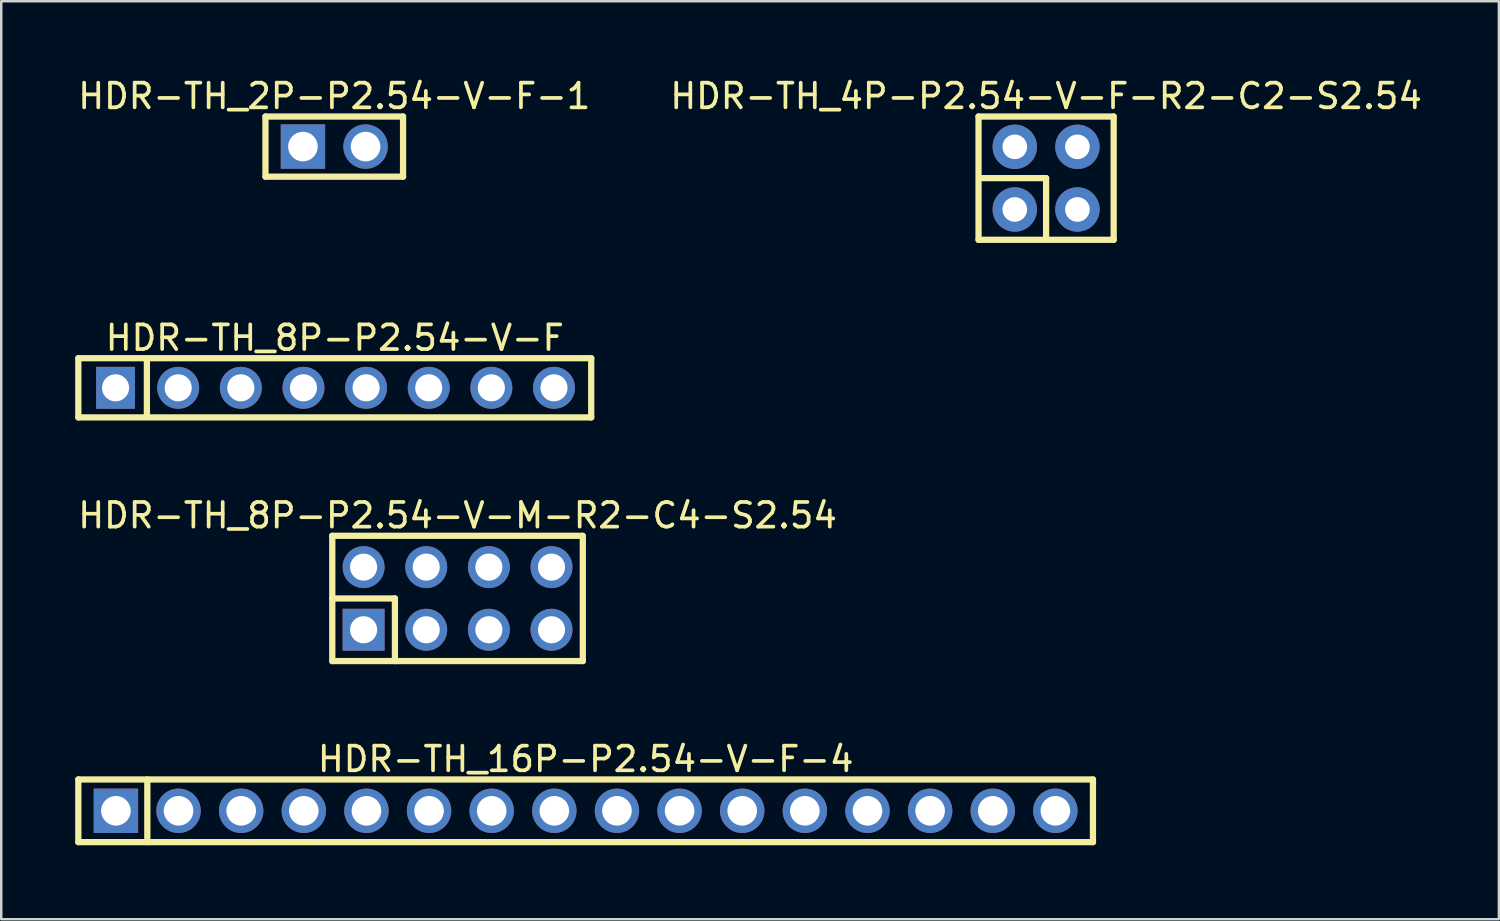
<source format=kicad_pcb>
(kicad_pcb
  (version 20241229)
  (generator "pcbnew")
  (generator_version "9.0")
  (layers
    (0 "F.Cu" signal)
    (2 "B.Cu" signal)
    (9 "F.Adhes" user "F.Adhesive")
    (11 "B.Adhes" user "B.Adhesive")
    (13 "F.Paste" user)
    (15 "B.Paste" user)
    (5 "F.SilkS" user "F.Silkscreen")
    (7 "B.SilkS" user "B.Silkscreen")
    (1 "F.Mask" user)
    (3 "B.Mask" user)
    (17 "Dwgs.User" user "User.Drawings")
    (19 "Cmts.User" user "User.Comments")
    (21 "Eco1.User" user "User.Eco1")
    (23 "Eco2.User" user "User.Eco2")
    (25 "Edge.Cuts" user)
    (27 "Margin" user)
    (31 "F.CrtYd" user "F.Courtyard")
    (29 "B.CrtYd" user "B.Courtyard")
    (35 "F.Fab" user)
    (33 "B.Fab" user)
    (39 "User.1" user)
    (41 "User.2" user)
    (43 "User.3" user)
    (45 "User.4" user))
  (footprint "HDR-TH_4P-P2.54-V-F-R2-C2-S2.54"
    (layer "F.Cu")
    (at 39.375 4.175)
    (property "Reference" "HDR-TH_4P-P2.54-V-F-R2-C2-S2.54" (at 0 -3.327 0) (layer "F.SilkS") (effects (font (size 1 1) (thickness 0.15))))
    (fp_line (start -2.74 -2.5) (end 2.74 -2.5) (stroke (width 0.254) (type default)) (layer "F.SilkS"))
    (fp_line (start -2.74 2.5) (end -2.74 -2.5) (stroke (width 0.254) (type default)) (layer "F.SilkS"))
    (fp_line (start -2.667 0) (end 0 0) (stroke (width 0.254) (type default)) (layer "F.SilkS"))
    (fp_line (start 0 0) (end 0 2.413) (stroke (width 0.254) (type default)) (layer "F.SilkS"))
    (fp_line (start 2.74 -2.5) (end 2.74 2.5) (stroke (width 0.254) (type default)) (layer "F.SilkS"))
    (fp_line (start 2.74 2.5) (end -2.74 2.5) (stroke (width 0.254) (type default)) (layer "F.SilkS"))
    (fp_poly (pts (xy -1.59 -1.47) (xy -0.95 -1.47) (xy -0.95 -1.07) (xy -1.59 -1.07)) (stroke (width 0.1) (type default)) (fill no) (layer "User.1"))
    (fp_poly (pts (xy -1.59 1.07) (xy -0.95 1.07) (xy -0.95 1.47) (xy -1.59 1.47)) (stroke (width 0.1) (type default)) (fill no) (layer "User.1"))
    (fp_poly (pts (xy 0.95 -1.47) (xy 1.59 -1.47) (xy 1.59 -1.07) (xy 0.95 -1.07)) (stroke (width 0.1) (type default)) (fill no) (layer "User.1"))
    (fp_poly (pts (xy 0.95 1.07) (xy 1.59 1.07) (xy 1.59 1.47) (xy 0.95 1.47)) (stroke (width 0.1) (type default)) (fill no) (layer "User.1"))
    (fp_line (start -2.74 -2.5) (end 2.74 -2.5) (stroke (width 0.051) (type default)) (layer "User.2"))
    (fp_line (start -2.74 2.5) (end -2.74 -2.5) (stroke (width 0.051) (type default)) (layer "User.2"))
    (fp_line (start 2.74 -2.5) (end 2.74 2.5) (stroke (width 0.051) (type default)) (layer "User.2"))
    (fp_line (start 2.74 2.5) (end -2.74 2.5) (stroke (width 0.051) (type default)) (layer "User.2"))
    (fp_poly (pts (xy -2.685 2.477) (xy -2.717 2.445) (xy -2.763 2.445) (xy -2.795 2.477) (xy -2.795 2.523) (xy -2.763 2.555) (xy -2.717 2.555) (xy -2.685 2.523)) (stroke (width 0.1) (type default)) (fill no) (layer "User.3"))
    (pad "1" thru_hole circle (at -1.27 1.27) (size 1.8 1.8) (drill 1) (layers "*.Cu" "*.Mask"))
    (pad "2" thru_hole circle (at -1.27 -1.27) (size 1.8 1.8) (drill 1) (layers "*.Cu" "*.Mask"))
    (pad "3" thru_hole circle (at 1.27 1.27) (size 1.8 1.8) (drill 1) (layers "*.Cu" "*.Mask"))
    (pad "4" thru_hole circle (at 1.27 -1.27) (size 1.8 1.8) (drill 1) (layers "*.Cu" "*.Mask")))
  (footprint "HDR-TH_8P-P2.54-V-M-R2-C4-S2.54"
    (layer "F.Cu")
    (at 15.506 21.22)
    (property "Reference" "HDR-TH_8P-P2.54-V-M-R2-C4-S2.54" (at 0 -3.367 0) (layer "F.SilkS") (effects (font (size 1 1) (thickness 0.15))))
    (fp_line (start -5.08 -2.54) (end 5.07 -2.54) (stroke (width 0.254) (type default)) (layer "F.SilkS"))
    (fp_line (start -5.08 0) (end -2.54 0) (stroke (width 0.254) (type default)) (layer "F.SilkS"))
    (fp_line (start -5.08 2.54) (end -5.08 -2.54) (stroke (width 0.254) (type default)) (layer "F.SilkS"))
    (fp_line (start -2.54 0) (end -2.54 2.54) (stroke (width 0.254) (type default)) (layer "F.SilkS"))
    (fp_line (start 5.08 -2.54) (end 5.08 2.54) (stroke (width 0.254) (type default)) (layer "F.SilkS"))
    (fp_line (start 5.08 2.54) (end -5.08 2.54) (stroke (width 0.254) (type default)) (layer "F.SilkS"))
    (fp_poly (pts (xy -4.13 -1.59) (xy -3.49 -1.59) (xy -3.49 -0.95) (xy -4.13 -0.95)) (stroke (width 0.1) (type default)) (fill no) (layer "User.1"))
    (fp_poly (pts (xy -4.13 0.95) (xy -3.49 0.95) (xy -3.49 1.59) (xy -4.13 1.59)) (stroke (width 0.1) (type default)) (fill no) (layer "User.1"))
    (fp_poly (pts (xy -1.59 -1.59) (xy -0.95 -1.59) (xy -0.95 -0.95) (xy -1.59 -0.95)) (stroke (width 0.1) (type default)) (fill no) (layer "User.1"))
    (fp_poly (pts (xy -1.59 0.95) (xy -0.95 0.95) (xy -0.95 1.59) (xy -1.59 1.59)) (stroke (width 0.1) (type default)) (fill no) (layer "User.1"))
    (fp_poly (pts (xy 0.95 -1.59) (xy 1.59 -1.59) (xy 1.59 -0.95) (xy 0.95 -0.95)) (stroke (width 0.1) (type default)) (fill no) (layer "User.1"))
    (fp_poly (pts (xy 0.95 0.95) (xy 1.59 0.95) (xy 1.59 1.59) (xy 0.95 1.59)) (stroke (width 0.1) (type default)) (fill no) (layer "User.1"))
    (fp_poly (pts (xy 3.49 -1.59) (xy 4.13 -1.59) (xy 4.13 -0.95) (xy 3.49 -0.95)) (stroke (width 0.1) (type default)) (fill no) (layer "User.1"))
    (fp_poly (pts (xy 3.49 0.95) (xy 4.13 0.95) (xy 4.13 1.59) (xy 3.49 1.59)) (stroke (width 0.1) (type default)) (fill no) (layer "User.1"))
    (fp_line (start -5.08 -2.5) (end 5.08 -2.5) (stroke (width 0.051) (type default)) (layer "User.2"))
    (fp_line (start -5.08 2.5) (end -5.08 -2.5) (stroke (width 0.051) (type default)) (layer "User.2"))
    (fp_line (start 5.08 -2.5) (end 5.08 2.5) (stroke (width 0.051) (type default)) (layer "User.2"))
    (fp_line (start 5.08 2.5) (end -5.08 2.5) (stroke (width 0.051) (type default)) (layer "User.2"))
    (fp_poly (pts (xy -5.025 2.477) (xy -5.057 2.445) (xy -5.103 2.445) (xy -5.135 2.477) (xy -5.135 2.523) (xy -5.103 2.555) (xy -5.057 2.555) (xy -5.025 2.523)) (stroke (width 0.1) (type default)) (fill no) (layer "User.3"))
    (pad "1" thru_hole rect (at -3.81 1.27) (size 1.7 1.7) (drill 1.1) (layers "*.Cu" "*.Mask"))
    (pad "2" thru_hole circle (at -3.81 -1.27) (size 1.7 1.7) (drill 1.1) (layers "*.Cu" "*.Mask"))
    (pad "3" thru_hole circle (at -1.27 1.27) (size 1.7 1.7) (drill 1.1) (layers "*.Cu" "*.Mask"))
    (pad "4" thru_hole circle (at -1.27 -1.27) (size 1.7 1.7) (drill 1.1) (layers "*.Cu" "*.Mask"))
    (pad "5" thru_hole circle (at 1.27 1.27) (size 1.7 1.7) (drill 1.1) (layers "*.Cu" "*.Mask"))
    (pad "6" thru_hole circle (at 1.27 -1.27) (size 1.7 1.7) (drill 1.1) (layers "*.Cu" "*.Mask"))
    (pad "7" thru_hole circle (at 3.81 1.27) (size 1.7 1.7) (drill 1.1) (layers "*.Cu" "*.Mask"))
    (pad "8" thru_hole circle (at 3.81 -1.27) (size 1.7 1.7) (drill 1.1) (layers "*.Cu" "*.Mask")))
  (footprint "HDR-TH_2P-P2.54-V-F-1"
    (layer "F.Cu")
    (at 10.506 2.895)
    (property "Reference" "HDR-TH_2P-P2.54-V-F-1" (at 0 -2.047 0) (layer "F.SilkS") (effects (font (size 1 1) (thickness 0.15))))
    (fp_line (start -2.79 -1.22) (end 2.79 -1.22) (stroke (width 0.254) (type default)) (layer "F.SilkS"))
    (fp_line (start -2.79 1.22) (end -2.79 -1.22) (stroke (width 0.254) (type default)) (layer "F.SilkS"))
    (fp_line (start 2.79 -1.22) (end 2.79 1.22) (stroke (width 0.254) (type default)) (layer "F.SilkS"))
    (fp_line (start 2.79 1.22) (end -2.79 1.22) (stroke (width 0.254) (type default)) (layer "F.SilkS"))
    (fp_poly (pts (xy -1.62 -0.2) (xy -0.92 -0.2) (xy -0.92 0.2) (xy -1.62 0.2)) (stroke (width 0.1) (type default)) (fill no) (layer "User.1"))
    (fp_poly (pts (xy 0.92 -0.2) (xy 1.62 -0.2) (xy 1.62 0.2) (xy 0.92 0.2)) (stroke (width 0.1) (type default)) (fill no) (layer "User.1"))
    (fp_line (start -2.69 -1.25) (end 2.69 -1.25) (stroke (width 0.051) (type default)) (layer "User.2"))
    (fp_line (start -2.69 1.25) (end -2.69 -1.25) (stroke (width 0.051) (type default)) (layer "User.2"))
    (fp_line (start 2.69 -1.25) (end 2.69 1.25) (stroke (width 0.051) (type default)) (layer "User.2"))
    (fp_line (start 2.69 1.25) (end -2.69 1.25) (stroke (width 0.051) (type default)) (layer "User.2"))
    (fp_poly (pts (xy -2.635 1.227) (xy -2.667 1.195) (xy -2.713 1.195) (xy -2.745 1.227) (xy -2.745 1.273) (xy -2.713 1.305) (xy -2.667 1.305) (xy -2.635 1.273)) (stroke (width 0.1) (type default)) (fill no) (layer "User.3"))
    (pad "1" thru_hole rect (at -1.27 0) (size 1.8 1.8) (drill 1.2) (layers "*.Cu" "*.Mask"))
    (pad "2" thru_hole circle (at 1.27 0) (size 1.8 1.8) (drill 1.2) (layers "*.Cu" "*.Mask")))
  (footprint "HDR-TH_8P-P2.54-V-F"
    (layer "F.Cu")
    (at 10.527 12.678)
    (property "Reference" "HDR-TH_8P-P2.54-V-F" (at 0 -2.027 0) (layer "F.SilkS") (effects (font (size 1 1) (thickness 0.15))))
    (fp_line (start -10.4 -1.2) (end 10.4 -1.2) (stroke (width 0.254) (type default)) (layer "F.SilkS"))
    (fp_line (start -10.4 1.2) (end -10.4 -1.2) (stroke (width 0.254) (type default)) (layer "F.SilkS"))
    (fp_line (start -7.62 -1.143) (end -7.62 1.143) (stroke (width 0.254) (type default)) (layer "F.SilkS"))
    (fp_line (start 10.4 -1.2) (end 10.4 1.2) (stroke (width 0.254) (type default)) (layer "F.SilkS"))
    (fp_line (start 10.4 1.2) (end -10.4 1.2) (stroke (width 0.254) (type default)) (layer "F.SilkS"))
    (fp_poly (pts (xy -9.19 0.2) (xy -9.19 -0.2) (xy -8.59 -0.2) (xy -8.59 0.2)) (stroke (width 0.1) (type default)) (fill no) (layer "User.1"))
    (fp_poly (pts (xy -6.65 -0.2) (xy -6.05 -0.2) (xy -6.05 0.2) (xy -6.65 0.2)) (stroke (width 0.1) (type default)) (fill no) (layer "User.1"))
    (fp_poly (pts (xy -4.11 -0.2) (xy -3.51 -0.2) (xy -3.51 0.2) (xy -4.11 0.2)) (stroke (width 0.1) (type default)) (fill no) (layer "User.1"))
    (fp_poly (pts (xy -1.57 -0.2) (xy -0.97 -0.2) (xy -0.97 0.2) (xy -1.57 0.2)) (stroke (width 0.1) (type default)) (fill no) (layer "User.1"))
    (fp_poly (pts (xy 0.97 -0.2) (xy 1.57 -0.2) (xy 1.57 0.2) (xy 0.97 0.2)) (stroke (width 0.1) (type default)) (fill no) (layer "User.1"))
    (fp_poly (pts (xy 3.51 -0.2) (xy 4.11 -0.2) (xy 4.11 0.2) (xy 3.51 0.2)) (stroke (width 0.1) (type default)) (fill no) (layer "User.1"))
    (fp_poly (pts (xy 6.05 -0.2) (xy 6.65 -0.2) (xy 6.65 0.2) (xy 6.05 0.2)) (stroke (width 0.1) (type default)) (fill no) (layer "User.1"))
    (fp_poly (pts (xy 8.59 -0.2) (xy 9.19 -0.2) (xy 9.19 0.2) (xy 8.59 0.2)) (stroke (width 0.1) (type default)) (fill no) (layer "User.1"))
    (fp_line (start -10.36 -1.2) (end 10.36 -1.2) (stroke (width 0.051) (type default)) (layer "User.2"))
    (fp_line (start -10.36 1.2) (end -10.36 -1.2) (stroke (width 0.051) (type default)) (layer "User.2"))
    (fp_line (start 10.36 -1.2) (end 10.36 1.2) (stroke (width 0.051) (type default)) (layer "User.2"))
    (fp_line (start 10.36 1.2) (end -10.36 1.2) (stroke (width 0.051) (type default)) (layer "User.2"))
    (fp_poly (pts (xy -10.305 1.177) (xy -10.337 1.145) (xy -10.383 1.145) (xy -10.415 1.177) (xy -10.415 1.223) (xy -10.383 1.255) (xy -10.337 1.255) (xy -10.305 1.223)) (stroke (width 0.1) (type default)) (fill no) (layer "User.3"))
    (pad "1" thru_hole rect (at -8.89 0) (size 1.575 1.7) (drill 1.1) (layers "*.Cu" "*.Mask"))
    (pad "2" thru_hole circle (at -6.35 0) (size 1.7 1.7) (drill 1.1) (layers "*.Cu" "*.Mask"))
    (pad "3" thru_hole circle (at -3.81 0) (size 1.7 1.7) (drill 1.1) (layers "*.Cu" "*.Mask"))
    (pad "4" thru_hole circle (at -1.27 0) (size 1.7 1.7) (drill 1.1) (layers "*.Cu" "*.Mask"))
    (pad "5" thru_hole circle (at 1.27 0) (size 1.7 1.7) (drill 1.1) (layers "*.Cu" "*.Mask"))
    (pad "6" thru_hole circle (at 3.81 0) (size 1.7 1.7) (drill 1.1) (layers "*.Cu" "*.Mask"))
    (pad "7" thru_hole circle (at 6.35 0) (size 1.7 1.7) (drill 1.1) (layers "*.Cu" "*.Mask"))
    (pad "8" thru_hole circle (at 8.89 0) (size 1.7 1.7) (drill 1.1) (layers "*.Cu" "*.Mask")))
  (footprint "HDR-TH_16P-P2.54-V-F-4"
    (layer "F.Cu")
    (at 20.701 29.832)
    (property "Reference" "HDR-TH_16P-P2.54-V-F-4" (at 0 -2.097 0) (layer "F.SilkS") (effects (font (size 1 1) (thickness 0.15))))
    (fp_line (start -20.574 -1.27) (end -20.574 1.27) (stroke (width 0.254) (type default)) (layer "F.SilkS"))
    (fp_line (start -20.574 1.27) (end 20.574 1.27) (stroke (width 0.254) (type default)) (layer "F.SilkS"))
    (fp_line (start -17.776 -1.27) (end -17.776 1.27) (stroke (width 0.254) (type default)) (layer "F.SilkS"))
    (fp_line (start 20.574 -1.27) (end -20.574 -1.27) (stroke (width 0.254) (type default)) (layer "F.SilkS"))
    (fp_line (start 20.574 1.27) (end 20.574 -1.27) (stroke (width 0.254) (type default)) (layer "F.SilkS"))
    (fp_poly (pts (xy -19.37 -0.32) (xy -18.73 -0.32) (xy -18.73 0.32) (xy -19.37 0.32)) (stroke (width 0.1) (type default)) (fill no) (layer "User.1"))
    (fp_poly (pts (xy -16.83 -0.32) (xy -16.19 -0.32) (xy -16.19 0.32) (xy -16.83 0.32)) (stroke (width 0.1) (type default)) (fill no) (layer "User.1"))
    (fp_poly (pts (xy -14.29 -0.32) (xy -13.65 -0.32) (xy -13.65 0.32) (xy -14.29 0.32)) (stroke (width 0.1) (type default)) (fill no) (layer "User.1"))
    (fp_poly (pts (xy -11.75 -0.32) (xy -11.11 -0.32) (xy -11.11 0.32) (xy -11.75 0.32)) (stroke (width 0.1) (type default)) (fill no) (layer "User.1"))
    (fp_poly (pts (xy -9.21 -0.32) (xy -8.57 -0.32) (xy -8.57 0.32) (xy -9.21 0.32)) (stroke (width 0.1) (type default)) (fill no) (layer "User.1"))
    (fp_poly (pts (xy -6.67 -0.32) (xy -6.03 -0.32) (xy -6.03 0.32) (xy -6.67 0.32)) (stroke (width 0.1) (type default)) (fill no) (layer "User.1"))
    (fp_poly (pts (xy -4.13 -0.32) (xy -3.49 -0.32) (xy -3.49 0.32) (xy -4.13 0.32)) (stroke (width 0.1) (type default)) (fill no) (layer "User.1"))
    (fp_poly (pts (xy -1.59 -0.32) (xy -0.95 -0.32) (xy -0.95 0.32) (xy -1.59 0.32)) (stroke (width 0.1) (type default)) (fill no) (layer "User.1"))
    (fp_poly (pts (xy 0.95 -0.32) (xy 1.59 -0.32) (xy 1.59 0.32) (xy 0.95 0.32)) (stroke (width 0.1) (type default)) (fill no) (layer "User.1"))
    (fp_poly (pts (xy 3.49 -0.32) (xy 4.13 -0.32) (xy 4.13 0.32) (xy 3.49 0.32)) (stroke (width 0.1) (type default)) (fill no) (layer "User.1"))
    (fp_poly (pts (xy 6.03 -0.32) (xy 6.67 -0.32) (xy 6.67 0.32) (xy 6.03 0.32)) (stroke (width 0.1) (type default)) (fill no) (layer "User.1"))
    (fp_poly (pts (xy 8.57 -0.32) (xy 9.21 -0.32) (xy 9.21 0.32) (xy 8.57 0.32)) (stroke (width 0.1) (type default)) (fill no) (layer "User.1"))
    (fp_poly (pts (xy 11.11 -0.32) (xy 11.75 -0.32) (xy 11.75 0.32) (xy 11.11 0.32)) (stroke (width 0.1) (type default)) (fill no) (layer "User.1"))
    (fp_poly (pts (xy 13.65 -0.32) (xy 14.29 -0.32) (xy 14.29 0.32) (xy 13.65 0.32)) (stroke (width 0.1) (type default)) (fill no) (layer "User.1"))
    (fp_poly (pts (xy 16.19 -0.32) (xy 16.83 -0.32) (xy 16.83 0.32) (xy 16.19 0.32)) (stroke (width 0.1) (type default)) (fill no) (layer "User.1"))
    (fp_poly (pts (xy 18.73 -0.32) (xy 19.37 -0.32) (xy 19.37 0.32) (xy 18.73 0.32)) (stroke (width 0.1) (type default)) (fill no) (layer "User.1"))
    (fp_line (start -20.57 -1.205) (end 20.57 -1.205) (stroke (width 0.051) (type default)) (layer "User.2"))
    (fp_line (start -20.57 1.205) (end -20.57 -1.205) (stroke (width 0.051) (type default)) (layer "User.2"))
    (fp_line (start 20.57 -1.205) (end 20.57 1.205) (stroke (width 0.051) (type default)) (layer "User.2"))
    (fp_line (start 20.57 1.205) (end -20.57 1.205) (stroke (width 0.051) (type default)) (layer "User.2"))
    (fp_poly (pts (xy -20.515 1.182) (xy -20.547 1.15) (xy -20.593 1.15) (xy -20.625 1.182) (xy -20.625 1.228) (xy -20.593 1.26) (xy -20.547 1.26) (xy -20.515 1.228)) (stroke (width 0.1) (type default)) (fill no) (layer "User.3"))
    (pad "1" thru_hole rect (at -19.05 0) (size 1.8 1.8) (drill 1.2) (layers "*.Cu" "*.Mask"))
    (pad "2" thru_hole circle (at -16.51 0) (size 1.8 1.8) (drill 1.2) (layers "*.Cu" "*.Mask"))
    (pad "3" thru_hole circle (at -13.97 0) (size 1.8 1.8) (drill 1.2) (layers "*.Cu" "*.Mask"))
    (pad "4" thru_hole circle (at -11.43 0) (size 1.8 1.8) (drill 1.2) (layers "*.Cu" "*.Mask"))
    (pad "5" thru_hole circle (at -8.89 0) (size 1.8 1.8) (drill 1.2) (layers "*.Cu" "*.Mask"))
    (pad "6" thru_hole circle (at -6.35 0) (size 1.8 1.8) (drill 1.2) (layers "*.Cu" "*.Mask"))
    (pad "7" thru_hole circle (at -3.81 0) (size 1.8 1.8) (drill 1.2) (layers "*.Cu" "*.Mask"))
    (pad "8" thru_hole circle (at -1.27 0) (size 1.8 1.8) (drill 1.2) (layers "*.Cu" "*.Mask"))
    (pad "9" thru_hole circle (at 1.27 0) (size 1.8 1.8) (drill 1.2) (layers "*.Cu" "*.Mask"))
    (pad "10" thru_hole circle (at 3.81 0) (size 1.8 1.8) (drill 1.2) (layers "*.Cu" "*.Mask"))
    (pad "11" thru_hole circle (at 6.35 0) (size 1.8 1.8) (drill 1.2) (layers "*.Cu" "*.Mask"))
    (pad "12" thru_hole circle (at 8.89 0) (size 1.8 1.8) (drill 1.2) (layers "*.Cu" "*.Mask"))
    (pad "13" thru_hole circle (at 11.43 0) (size 1.8 1.8) (drill 1.2) (layers "*.Cu" "*.Mask"))
    (pad "14" thru_hole circle (at 13.97 0) (size 1.8 1.8) (drill 1.2) (layers "*.Cu" "*.Mask"))
    (pad "15" thru_hole circle (at 16.51 0) (size 1.8 1.8) (drill 1.2) (layers "*.Cu" "*.Mask"))
    (pad "16" thru_hole circle (at 19.05 0) (size 1.8 1.8) (drill 1.2) (layers "*.Cu" "*.Mask")))
  (gr_rect
    (start -3 -3)
    (end 57.738 34.229)
    (stroke (width 0.1) (type default))
    (fill no)
    (layer "Edge.Cuts")))
</source>
